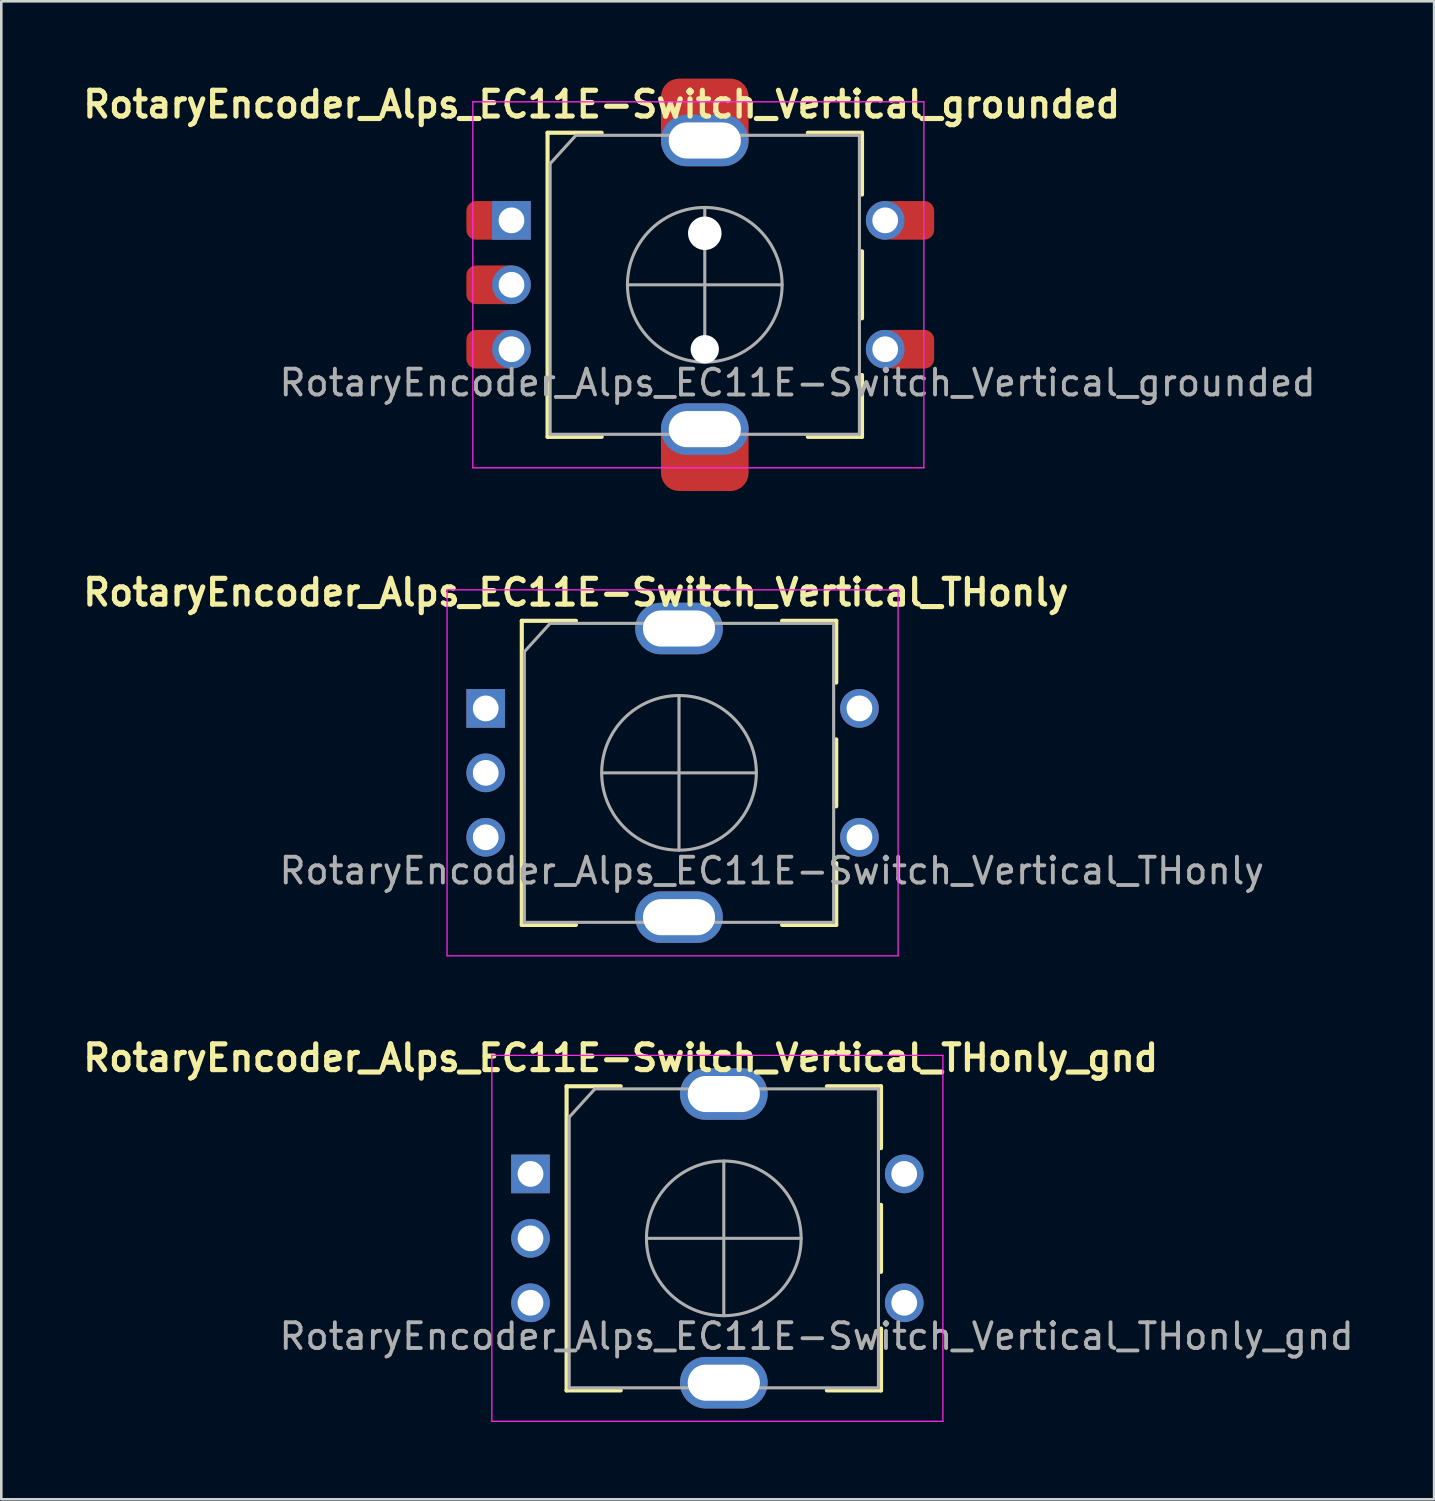
<source format=kicad_pcb>
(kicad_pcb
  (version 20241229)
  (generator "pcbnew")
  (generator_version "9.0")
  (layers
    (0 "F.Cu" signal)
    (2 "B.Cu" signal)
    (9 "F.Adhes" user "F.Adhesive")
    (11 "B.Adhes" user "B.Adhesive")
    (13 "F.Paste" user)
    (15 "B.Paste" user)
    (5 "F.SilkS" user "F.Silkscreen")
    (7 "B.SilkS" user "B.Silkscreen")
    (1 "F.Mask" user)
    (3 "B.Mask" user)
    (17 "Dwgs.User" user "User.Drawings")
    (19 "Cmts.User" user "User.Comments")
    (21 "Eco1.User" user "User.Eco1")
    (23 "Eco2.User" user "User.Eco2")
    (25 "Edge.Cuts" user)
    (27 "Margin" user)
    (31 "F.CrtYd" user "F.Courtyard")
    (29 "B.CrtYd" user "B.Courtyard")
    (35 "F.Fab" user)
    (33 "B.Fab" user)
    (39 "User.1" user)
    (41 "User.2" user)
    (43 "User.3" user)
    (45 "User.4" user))
  (footprint "RotaryEncoder_Alps_EC11E-Switch_Vertical_grounded"
    (layer "F.Cu")
    (at 24.295 8)
    (property "Reference" "RotaryEncoder_Alps_EC11E-Switch_Vertical_grounded" (at -4 -7 0) (layer "F.SilkS") (effects (font (size 1 1) (thickness 0.2))))
    (fp_line (start -6.1 -5.9) (end -6.1 5.9) (stroke (width 0.16) (type solid)) (layer "F.SilkS"))
    (fp_line (start -4 -5.9) (end -6.1 -5.9) (stroke (width 0.16) (type solid)) (layer "F.SilkS"))
    (fp_line (start -4 5.9) (end -6.1 5.9) (stroke (width 0.16) (type solid)) (layer "F.SilkS"))
    (fp_line (start 4 -5.9) (end 6.1 -5.9) (stroke (width 0.16) (type solid)) (layer "F.SilkS"))
    (fp_line (start 6.1 -5.9) (end 6.1 -3.5) (stroke (width 0.16) (type solid)) (layer "F.SilkS"))
    (fp_line (start 6.1 -1.3) (end 6.1 1.3) (stroke (width 0.16) (type solid)) (layer "F.SilkS"))
    (fp_line (start 6.1 3.5) (end 6.1 5.9) (stroke (width 0.16) (type solid)) (layer "F.SilkS"))
    (fp_line (start 6.1 5.9) (end 4 5.9) (stroke (width 0.16) (type solid)) (layer "F.SilkS"))
    (fp_line (start -9 -7.1) (end -9 7.1) (stroke (width 0.05) (type solid)) (layer "F.CrtYd"))
    (fp_line (start -9 -7.1) (end 8.5 -7.1) (stroke (width 0.05) (type solid)) (layer "F.CrtYd"))
    (fp_line (start 8.5 7.1) (end -9 7.1) (stroke (width 0.05) (type solid)) (layer "F.CrtYd"))
    (fp_line (start 8.5 7.1) (end 8.5 -7.1) (stroke (width 0.05) (type solid)) (layer "F.CrtYd"))
    (fp_line (start -6 -4.7) (end -5 -5.8) (stroke (width 0.12) (type solid)) (layer "F.Fab"))
    (fp_line (start -6 5.8) (end -6 -4.7) (stroke (width 0.12) (type solid)) (layer "F.Fab"))
    (fp_line (start -5 -5.8) (end 6 -5.8) (stroke (width 0.12) (type solid)) (layer "F.Fab"))
    (fp_line (start -3 0) (end 3 0) (stroke (width 0.12) (type solid)) (layer "F.Fab"))
    (fp_line (start 0 -3) (end 0 3) (stroke (width 0.12) (type solid)) (layer "F.Fab"))
    (fp_line (start 6 -5.8) (end 6 5.8) (stroke (width 0.12) (type solid)) (layer "F.Fab"))
    (fp_line (start 6 5.8) (end -6 5.8) (stroke (width 0.12) (type solid)) (layer "F.Fab"))
    (fp_circle (center 0 0) (end 3 0) (stroke (width 0.12) (type solid)) (fill no) (layer "F.Fab"))
    (fp_text user "${REFERENCE}" (at 3.6 3.8 0) (layer "F.Fab") (effects (font (size 1 1) (thickness 0.15))))
    (pad "" np_thru_hole circle (at 0 -2) (size 1.3 1.3) (drill 1.3) (layers "*.Cu" "*.Mask"))
    (pad "" np_thru_hole circle (at 0 2.5) (size 1.1 1.1) (drill 1.1) (layers "*.Cu" "*.Mask"))
    (pad "A" smd roundrect (at -8.25 -2.5) (size 2 1.5) (layers "F.Cu" "F.Mask") (roundrect_rratio 0.25))
    (pad "A" thru_hole rect (at -7.5 -2.5) (size 1.5 1.5) (drill 1) (layers "*.Cu" "*.Mask"))
    (pad "B" smd roundrect (at -8.25 2.5) (size 2 1.5) (layers "F.Cu" "F.Mask") (roundrect_rratio 0.25))
    (pad "B" thru_hole circle (at -7.5 2.5) (size 1.5 1.5) (drill 1) (layers "*.Cu" "*.Mask"))
    (pad "C" smd roundrect (at -8.25 0) (size 2 1.5) (layers "F.Cu" "F.Mask") (roundrect_rratio 0.25))
    (pad "C" thru_hole circle (at -7.5 0) (size 1.5 1.5) (drill 1) (layers "*.Cu" "*.Mask"))
    (pad "C" smd roundrect (at 0 -6.6) (size 3.4 2.8) (layers "F.Cu" "F.Mask") (roundrect_rratio 0.25))
    (pad "C" thru_hole oval (at 0 -5.6) (size 3.4 2) (drill oval 2.8 1.4) (layers "*.Cu" "*.Mask"))
    (pad "C" thru_hole oval (at 0 5.6) (size 3.4 2) (drill oval 2.8 1.4) (layers "*.Cu" "*.Mask"))
    (pad "C" smd roundrect (at 0 6.6) (size 3.4 2.8) (layers "F.Cu" "F.Mask") (roundrect_rratio 0.25))
    (pad "S1" thru_hole circle (at 7 2.5) (size 1.5 1.5) (drill 1) (layers "*.Cu" "*.Mask"))
    (pad "S1" smd roundrect (at 7.9 2.5) (size 2 1.5) (layers "F.Cu" "F.Mask") (roundrect_rratio 0.25))
    (pad "S2" thru_hole circle (at 7 -2.5) (size 1.5 1.5) (drill 1) (layers "*.Cu" "*.Mask"))
    (pad "S2" smd roundrect (at 7.9 -2.5) (size 2 1.5) (layers "F.Cu" "F.Mask") (roundrect_rratio 0.25)))
  (footprint "RotaryEncoder_Alps_EC11E-Switch_Vertical_THonly_gnd"
    (layer "F.Cu")
    (at 25.033 44.997)
    (property "Reference" "RotaryEncoder_Alps_EC11E-Switch_Vertical_THonly_gnd" (at -4 -7 0) (layer "F.SilkS") (effects (font (size 1 1) (thickness 0.2))))
    (attr through_hole)
    (fp_line (start -6.1 -5.9) (end -6.1 5.9) (stroke (width 0.16) (type solid)) (layer "F.SilkS"))
    (fp_line (start -4 -5.9) (end -6.1 -5.9) (stroke (width 0.16) (type solid)) (layer "F.SilkS"))
    (fp_line (start -4 5.9) (end -6.1 5.9) (stroke (width 0.16) (type solid)) (layer "F.SilkS"))
    (fp_line (start 4 -5.9) (end 6.1 -5.9) (stroke (width 0.16) (type solid)) (layer "F.SilkS"))
    (fp_line (start 6.1 -5.9) (end 6.1 -3.5) (stroke (width 0.16) (type solid)) (layer "F.SilkS"))
    (fp_line (start 6.1 -1.3) (end 6.1 1.3) (stroke (width 0.16) (type solid)) (layer "F.SilkS"))
    (fp_line (start 6.1 3.5) (end 6.1 5.9) (stroke (width 0.16) (type solid)) (layer "F.SilkS"))
    (fp_line (start 6.1 5.9) (end 4 5.9) (stroke (width 0.16) (type solid)) (layer "F.SilkS"))
    (fp_line (start -9 -7.1) (end -9 7.1) (stroke (width 0.05) (type solid)) (layer "F.CrtYd"))
    (fp_line (start -9 -7.1) (end 8.5 -7.1) (stroke (width 0.05) (type solid)) (layer "F.CrtYd"))
    (fp_line (start 8.5 7.1) (end -9 7.1) (stroke (width 0.05) (type solid)) (layer "F.CrtYd"))
    (fp_line (start 8.5 7.1) (end 8.5 -7.1) (stroke (width 0.05) (type solid)) (layer "F.CrtYd"))
    (fp_line (start -6 -4.7) (end -5 -5.8) (stroke (width 0.12) (type solid)) (layer "F.Fab"))
    (fp_line (start -6 5.8) (end -6 -4.7) (stroke (width 0.12) (type solid)) (layer "F.Fab"))
    (fp_line (start -5 -5.8) (end 6 -5.8) (stroke (width 0.12) (type solid)) (layer "F.Fab"))
    (fp_line (start -3 0) (end 3 0) (stroke (width 0.12) (type solid)) (layer "F.Fab"))
    (fp_line (start 0 -3) (end 0 3) (stroke (width 0.12) (type solid)) (layer "F.Fab"))
    (fp_line (start 6 -5.8) (end 6 5.8) (stroke (width 0.12) (type solid)) (layer "F.Fab"))
    (fp_line (start 6 5.8) (end -6 5.8) (stroke (width 0.12) (type solid)) (layer "F.Fab"))
    (fp_circle (center 0 0) (end 3 0) (stroke (width 0.12) (type solid)) (fill no) (layer "F.Fab"))
    (fp_text user "${REFERENCE}" (at 3.6 3.8 0) (layer "F.Fab") (effects (font (size 1 1) (thickness 0.15))))
    (pad "A" thru_hole rect (at -7.5 -2.5) (size 1.5 1.5) (drill 1) (layers "*.Cu" "*.Mask"))
    (pad "B" thru_hole circle (at -7.5 2.5) (size 1.5 1.5) (drill 1) (layers "*.Cu" "*.Mask"))
    (pad "C" thru_hole circle (at -7.5 0) (size 1.5 1.5) (drill 1) (layers "*.Cu" "*.Mask"))
    (pad "GND" thru_hole oval (at 0 -5.6) (size 3.4 2) (drill oval 2.8 1.4) (layers "*.Cu" "*.Mask"))
    (pad "GND" thru_hole oval (at 0 5.6) (size 3.4 2) (drill oval 2.8 1.4) (layers "*.Cu" "*.Mask"))
    (pad "S1" thru_hole circle (at 7 2.5) (size 1.5 1.5) (drill 1) (layers "*.Cu" "*.Mask"))
    (pad "S2" thru_hole circle (at 7 -2.5) (size 1.5 1.5) (drill 1) (layers "*.Cu" "*.Mask")))
  (footprint "RotaryEncoder_Alps_EC11E-Switch_Vertical_THonly"
    (layer "F.Cu")
    (at 23.295 26.936)
    (property "Reference" "RotaryEncoder_Alps_EC11E-Switch_Vertical_THonly" (at -4 -7 0) (layer "F.SilkS") (effects (font (size 1 1) (thickness 0.2))))
    (attr through_hole)
    (fp_line (start -6.1 -5.9) (end -6.1 5.9) (stroke (width 0.16) (type solid)) (layer "F.SilkS"))
    (fp_line (start -4 -5.9) (end -6.1 -5.9) (stroke (width 0.16) (type solid)) (layer "F.SilkS"))
    (fp_line (start -4 5.9) (end -6.1 5.9) (stroke (width 0.16) (type solid)) (layer "F.SilkS"))
    (fp_line (start 4 -5.9) (end 6.1 -5.9) (stroke (width 0.16) (type solid)) (layer "F.SilkS"))
    (fp_line (start 6.1 -5.9) (end 6.1 -3.5) (stroke (width 0.16) (type solid)) (layer "F.SilkS"))
    (fp_line (start 6.1 -1.3) (end 6.1 1.3) (stroke (width 0.16) (type solid)) (layer "F.SilkS"))
    (fp_line (start 6.1 3.5) (end 6.1 5.9) (stroke (width 0.16) (type solid)) (layer "F.SilkS"))
    (fp_line (start 6.1 5.9) (end 4 5.9) (stroke (width 0.16) (type solid)) (layer "F.SilkS"))
    (fp_line (start -9 -7.1) (end -9 7.1) (stroke (width 0.05) (type solid)) (layer "F.CrtYd"))
    (fp_line (start -9 -7.1) (end 8.5 -7.1) (stroke (width 0.05) (type solid)) (layer "F.CrtYd"))
    (fp_line (start 8.5 7.1) (end -9 7.1) (stroke (width 0.05) (type solid)) (layer "F.CrtYd"))
    (fp_line (start 8.5 7.1) (end 8.5 -7.1) (stroke (width 0.05) (type solid)) (layer "F.CrtYd"))
    (fp_line (start -6 -4.7) (end -5 -5.8) (stroke (width 0.12) (type solid)) (layer "F.Fab"))
    (fp_line (start -6 5.8) (end -6 -4.7) (stroke (width 0.12) (type solid)) (layer "F.Fab"))
    (fp_line (start -5 -5.8) (end 6 -5.8) (stroke (width 0.12) (type solid)) (layer "F.Fab"))
    (fp_line (start -3 0) (end 3 0) (stroke (width 0.12) (type solid)) (layer "F.Fab"))
    (fp_line (start 0 -3) (end 0 3) (stroke (width 0.12) (type solid)) (layer "F.Fab"))
    (fp_line (start 6 -5.8) (end 6 5.8) (stroke (width 0.12) (type solid)) (layer "F.Fab"))
    (fp_line (start 6 5.8) (end -6 5.8) (stroke (width 0.12) (type solid)) (layer "F.Fab"))
    (fp_circle (center 0 0) (end 3 0) (stroke (width 0.12) (type solid)) (fill no) (layer "F.Fab"))
    (fp_text user "${REFERENCE}" (at 3.6 3.8 0) (layer "F.Fab") (effects (font (size 1 1) (thickness 0.15))))
    (pad "A" thru_hole rect (at -7.5 -2.5) (size 1.5 1.5) (drill 1) (layers "*.Cu" "*.Mask"))
    (pad "B" thru_hole circle (at -7.5 2.5) (size 1.5 1.5) (drill 1) (layers "*.Cu" "*.Mask"))
    (pad "C" thru_hole circle (at -7.5 0) (size 1.5 1.5) (drill 1) (layers "*.Cu" "*.Mask"))
    (pad "MP" thru_hole oval (at 0 -5.6) (size 3.4 2) (drill oval 2.8 1.4) (layers "*.Cu" "*.Mask"))
    (pad "MP" thru_hole oval (at 0 5.6) (size 3.4 2) (drill oval 2.8 1.4) (layers "*.Cu" "*.Mask"))
    (pad "S1" thru_hole circle (at 7 2.5) (size 1.5 1.5) (drill 1) (layers "*.Cu" "*.Mask"))
    (pad "S2" thru_hole circle (at 7 -2.5) (size 1.5 1.5) (drill 1) (layers "*.Cu" "*.Mask")))
  (gr_rect
    (start -3 -3)
    (end 52.592 55.122)
    (stroke (width 0.1) (type default))
    (fill no)
    (layer "Edge.Cuts")))
</source>
